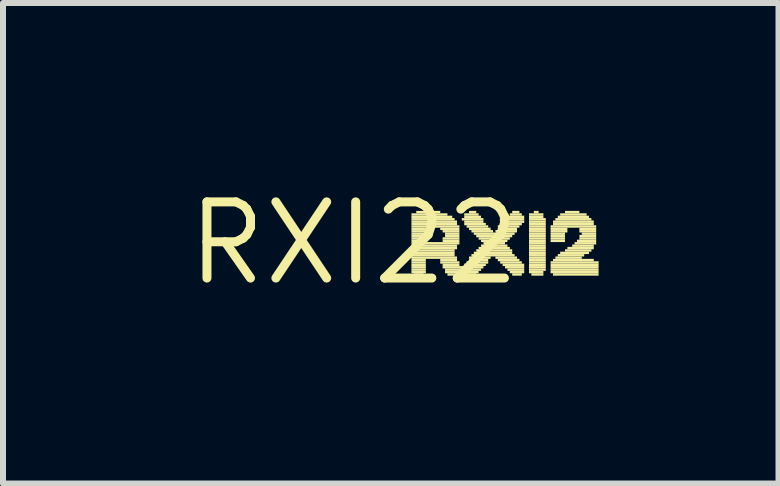
<source format=kicad_pcb>
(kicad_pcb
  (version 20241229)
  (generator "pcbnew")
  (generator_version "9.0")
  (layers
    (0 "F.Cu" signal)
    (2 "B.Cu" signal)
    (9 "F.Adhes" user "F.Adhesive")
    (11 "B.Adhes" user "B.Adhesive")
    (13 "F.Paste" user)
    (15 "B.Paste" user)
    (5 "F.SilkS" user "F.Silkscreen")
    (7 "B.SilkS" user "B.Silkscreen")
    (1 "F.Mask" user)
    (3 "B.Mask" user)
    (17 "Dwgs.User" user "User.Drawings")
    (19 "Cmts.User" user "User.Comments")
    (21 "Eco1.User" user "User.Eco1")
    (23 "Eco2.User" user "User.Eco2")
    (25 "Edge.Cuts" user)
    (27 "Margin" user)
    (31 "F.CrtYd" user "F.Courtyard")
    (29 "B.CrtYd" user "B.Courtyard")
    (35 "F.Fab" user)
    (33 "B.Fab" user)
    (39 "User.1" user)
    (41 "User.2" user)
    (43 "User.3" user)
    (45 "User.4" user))
  (footprint "RXI22"
    (layer "F.Cu")
    (at 2.85 1.006)
    (property "Reference" "RXI22" (at 0 0 0) (layer "F.SilkS") (effects (font (size 1.27 1.27) (thickness 0.15))))
    (fp_poly (pts (xy 0.96 -0.46) (xy 1.56 -0.46) (xy 1.56 -0.5) (xy 0.96 -0.5)) (stroke (width 0) (type default)) (fill yes) (layer "F.SilkS"))
    (fp_poly (pts (xy 0.96 -0.42) (xy 1.64 -0.42) (xy 1.64 -0.46) (xy 0.96 -0.46)) (stroke (width 0) (type default)) (fill yes) (layer "F.SilkS"))
    (fp_poly (pts (xy 0.96 -0.38) (xy 1.68 -0.38) (xy 1.68 -0.42) (xy 0.96 -0.42)) (stroke (width 0) (type default)) (fill yes) (layer "F.SilkS"))
    (fp_poly (pts (xy 0.96 -0.34) (xy 1.72 -0.34) (xy 1.72 -0.38) (xy 0.96 -0.38)) (stroke (width 0) (type default)) (fill yes) (layer "F.SilkS"))
    (fp_poly (pts (xy 0.96 -0.3) (xy 1.72 -0.3) (xy 1.72 -0.34) (xy 0.96 -0.34)) (stroke (width 0) (type default)) (fill yes) (layer "F.SilkS"))
    (fp_poly (pts (xy 0.96 -0.26) (xy 1.76 -0.26) (xy 1.76 -0.3) (xy 0.96 -0.3)) (stroke (width 0) (type default)) (fill yes) (layer "F.SilkS"))
    (fp_poly (pts (xy 0.96 -0.22) (xy 1.2 -0.22) (xy 1.2 -0.26) (xy 0.96 -0.26)) (stroke (width 0) (type default)) (fill yes) (layer "F.SilkS"))
    (fp_poly (pts (xy 0.96 -0.18) (xy 1.2 -0.18) (xy 1.2 -0.22) (xy 0.96 -0.22)) (stroke (width 0) (type default)) (fill yes) (layer "F.SilkS"))
    (fp_poly (pts (xy 0.96 -0.14) (xy 1.2 -0.14) (xy 1.2 -0.18) (xy 0.96 -0.18)) (stroke (width 0) (type default)) (fill yes) (layer "F.SilkS"))
    (fp_poly (pts (xy 0.96 -0.1) (xy 1.2 -0.1) (xy 1.2 -0.14) (xy 0.96 -0.14)) (stroke (width 0) (type default)) (fill yes) (layer "F.SilkS"))
    (fp_poly (pts (xy 0.96 -0.06) (xy 1.2 -0.06) (xy 1.2 -0.1) (xy 0.96 -0.1)) (stroke (width 0) (type default)) (fill yes) (layer "F.SilkS"))
    (fp_poly (pts (xy 0.96 -0.02) (xy 1.2 -0.02) (xy 1.2 -0.06) (xy 0.96 -0.06)) (stroke (width 0) (type default)) (fill yes) (layer "F.SilkS"))
    (fp_poly (pts (xy 0.96 0.02) (xy 1.76 0.02) (xy 1.76 -0.02) (xy 0.96 -0.02)) (stroke (width 0) (type default)) (fill yes) (layer "F.SilkS"))
    (fp_poly (pts (xy 0.96 0.06) (xy 1.72 0.06) (xy 1.72 0.02) (xy 0.96 0.02)) (stroke (width 0) (type default)) (fill yes) (layer "F.SilkS"))
    (fp_poly (pts (xy 0.96 0.1) (xy 1.72 0.1) (xy 1.72 0.06) (xy 0.96 0.06)) (stroke (width 0) (type default)) (fill yes) (layer "F.SilkS"))
    (fp_poly (pts (xy 0.96 0.14) (xy 1.68 0.14) (xy 1.68 0.1) (xy 0.96 0.1)) (stroke (width 0) (type default)) (fill yes) (layer "F.SilkS"))
    (fp_poly (pts (xy 0.96 0.18) (xy 1.68 0.18) (xy 1.68 0.14) (xy 0.96 0.14)) (stroke (width 0) (type default)) (fill yes) (layer "F.SilkS"))
    (fp_poly (pts (xy 0.96 0.22) (xy 1.68 0.22) (xy 1.68 0.18) (xy 0.96 0.18)) (stroke (width 0) (type default)) (fill yes) (layer "F.SilkS"))
    (fp_poly (pts (xy 0.96 0.26) (xy 1.72 0.26) (xy 1.72 0.22) (xy 0.96 0.22)) (stroke (width 0) (type default)) (fill yes) (layer "F.SilkS"))
    (fp_poly (pts (xy 0.96 0.3) (xy 1.2 0.3) (xy 1.2 0.26) (xy 0.96 0.26)) (stroke (width 0) (type default)) (fill yes) (layer "F.SilkS"))
    (fp_poly (pts (xy 0.96 0.34) (xy 1.2 0.34) (xy 1.2 0.3) (xy 0.96 0.3)) (stroke (width 0) (type default)) (fill yes) (layer "F.SilkS"))
    (fp_poly (pts (xy 0.96 0.38) (xy 1.2 0.38) (xy 1.2 0.34) (xy 0.96 0.34)) (stroke (width 0) (type default)) (fill yes) (layer "F.SilkS"))
    (fp_poly (pts (xy 0.96 0.42) (xy 1.2 0.42) (xy 1.2 0.38) (xy 0.96 0.38)) (stroke (width 0) (type default)) (fill yes) (layer "F.SilkS"))
    (fp_poly (pts (xy 0.96 0.46) (xy 1.2 0.46) (xy 1.2 0.42) (xy 0.96 0.42)) (stroke (width 0) (type default)) (fill yes) (layer "F.SilkS"))
    (fp_poly (pts (xy 0.96 0.5) (xy 1.2 0.5) (xy 1.2 0.46) (xy 0.96 0.46)) (stroke (width 0) (type default)) (fill yes) (layer "F.SilkS"))
    (fp_poly (pts (xy 1 0.54) (xy 1.16 0.54) (xy 1.16 0.5) (xy 1 0.5)) (stroke (width 0) (type default)) (fill yes) (layer "F.SilkS"))
    (fp_poly (pts (xy 1.04 -0.5) (xy 1.44 -0.5) (xy 1.44 -0.54) (xy 1.04 -0.54)) (stroke (width 0) (type default)) (fill yes) (layer "F.SilkS"))
    (fp_poly (pts (xy 1.44 -0.22) (xy 1.76 -0.22) (xy 1.76 -0.26) (xy 1.44 -0.26)) (stroke (width 0) (type default)) (fill yes) (layer "F.SilkS"))
    (fp_poly (pts (xy 1.44 0.3) (xy 1.72 0.3) (xy 1.72 0.26) (xy 1.44 0.26)) (stroke (width 0) (type default)) (fill yes) (layer "F.SilkS"))
    (fp_poly (pts (xy 1.44 0.34) (xy 1.76 0.34) (xy 1.76 0.3) (xy 1.44 0.3)) (stroke (width 0) (type default)) (fill yes) (layer "F.SilkS"))
    (fp_poly (pts (xy 1.48 -0.18) (xy 1.76 -0.18) (xy 1.76 -0.22) (xy 1.48 -0.22)) (stroke (width 0) (type default)) (fill yes) (layer "F.SilkS"))
    (fp_poly (pts (xy 1.48 -0.06) (xy 1.76 -0.06) (xy 1.76 -0.1) (xy 1.48 -0.1)) (stroke (width 0) (type default)) (fill yes) (layer "F.SilkS"))
    (fp_poly (pts (xy 1.48 -0.02) (xy 1.76 -0.02) (xy 1.76 -0.06) (xy 1.48 -0.06)) (stroke (width 0) (type default)) (fill yes) (layer "F.SilkS"))
    (fp_poly (pts (xy 1.48 0.38) (xy 1.76 0.38) (xy 1.76 0.34) (xy 1.48 0.34)) (stroke (width 0) (type default)) (fill yes) (layer "F.SilkS"))
    (fp_poly (pts (xy 1.48 0.42) (xy 2.16 0.42) (xy 2.16 0.38) (xy 1.48 0.38)) (stroke (width 0) (type default)) (fill yes) (layer "F.SilkS"))
    (fp_poly (pts (xy 1.52 -0.14) (xy 1.76 -0.14) (xy 1.76 -0.18) (xy 1.52 -0.18)) (stroke (width 0) (type default)) (fill yes) (layer "F.SilkS"))
    (fp_poly (pts (xy 1.52 -0.1) (xy 1.76 -0.1) (xy 1.76 -0.14) (xy 1.52 -0.14)) (stroke (width 0) (type default)) (fill yes) (layer "F.SilkS"))
    (fp_poly (pts (xy 1.52 0.46) (xy 1.8 0.46) (xy 1.8 0.42) (xy 1.52 0.42)) (stroke (width 0) (type default)) (fill yes) (layer "F.SilkS"))
    (fp_poly (pts (xy 1.52 0.5) (xy 1.76 0.5) (xy 1.76 0.46) (xy 1.52 0.46)) (stroke (width 0) (type default)) (fill yes) (layer "F.SilkS"))
    (fp_poly (pts (xy 1.56 0.54) (xy 1.72 0.54) (xy 1.72 0.5) (xy 1.56 0.5)) (stroke (width 0) (type default)) (fill yes) (layer "F.SilkS"))
    (fp_poly (pts (xy 1.8 -0.38) (xy 2.16 -0.38) (xy 2.16 -0.42) (xy 1.8 -0.42)) (stroke (width 0) (type default)) (fill yes) (layer "F.SilkS"))
    (fp_poly (pts (xy 1.84 -0.46) (xy 2.08 -0.46) (xy 2.08 -0.5) (xy 1.84 -0.5)) (stroke (width 0) (type default)) (fill yes) (layer "F.SilkS"))
    (fp_poly (pts (xy 1.84 -0.42) (xy 2.12 -0.42) (xy 2.12 -0.46) (xy 1.84 -0.46)) (stroke (width 0) (type default)) (fill yes) (layer "F.SilkS"))
    (fp_poly (pts (xy 1.84 -0.34) (xy 2.16 -0.34) (xy 2.16 -0.38) (xy 1.84 -0.38)) (stroke (width 0) (type default)) (fill yes) (layer "F.SilkS"))
    (fp_poly (pts (xy 1.84 -0.3) (xy 2.2 -0.3) (xy 2.2 -0.34) (xy 1.84 -0.34)) (stroke (width 0) (type default)) (fill yes) (layer "F.SilkS"))
    (fp_poly (pts (xy 1.84 0.38) (xy 2.2 0.38) (xy 2.2 0.34) (xy 1.84 0.34)) (stroke (width 0) (type default)) (fill yes) (layer "F.SilkS"))
    (fp_poly (pts (xy 1.84 0.46) (xy 2.12 0.46) (xy 2.12 0.42) (xy 1.84 0.42)) (stroke (width 0) (type default)) (fill yes) (layer "F.SilkS"))
    (fp_poly (pts (xy 1.84 0.5) (xy 2.08 0.5) (xy 2.08 0.46) (xy 1.84 0.46)) (stroke (width 0) (type default)) (fill yes) (layer "F.SilkS"))
    (fp_poly (pts (xy 1.88 -0.26) (xy 2.24 -0.26) (xy 2.24 -0.3) (xy 1.88 -0.3)) (stroke (width 0) (type default)) (fill yes) (layer "F.SilkS"))
    (fp_poly (pts (xy 1.88 0.34) (xy 2.24 0.34) (xy 2.24 0.3) (xy 1.88 0.3)) (stroke (width 0) (type default)) (fill yes) (layer "F.SilkS"))
    (fp_poly (pts (xy 1.88 0.54) (xy 2.04 0.54) (xy 2.04 0.5) (xy 1.88 0.5)) (stroke (width 0) (type default)) (fill yes) (layer "F.SilkS"))
    (fp_poly (pts (xy 1.92 -0.5) (xy 2.04 -0.5) (xy 2.04 -0.54) (xy 1.92 -0.54)) (stroke (width 0) (type default)) (fill yes) (layer "F.SilkS"))
    (fp_poly (pts (xy 1.92 -0.22) (xy 2.28 -0.22) (xy 2.28 -0.26) (xy 1.92 -0.26)) (stroke (width 0) (type default)) (fill yes) (layer "F.SilkS"))
    (fp_poly (pts (xy 1.92 0.26) (xy 2.28 0.26) (xy 2.28 0.22) (xy 1.92 0.22)) (stroke (width 0) (type default)) (fill yes) (layer "F.SilkS"))
    (fp_poly (pts (xy 1.92 0.3) (xy 2.24 0.3) (xy 2.24 0.26) (xy 1.92 0.26)) (stroke (width 0) (type default)) (fill yes) (layer "F.SilkS"))
    (fp_poly (pts (xy 1.96 -0.18) (xy 2.32 -0.18) (xy 2.32 -0.22) (xy 1.96 -0.22)) (stroke (width 0) (type default)) (fill yes) (layer "F.SilkS"))
    (fp_poly (pts (xy 1.96 0.22) (xy 2.68 0.22) (xy 2.68 0.18) (xy 1.96 0.18)) (stroke (width 0) (type default)) (fill yes) (layer "F.SilkS"))
    (fp_poly (pts (xy 2 -0.14) (xy 2.68 -0.14) (xy 2.68 -0.18) (xy 2 -0.18)) (stroke (width 0) (type default)) (fill yes) (layer "F.SilkS"))
    (fp_poly (pts (xy 2 0.18) (xy 2.64 0.18) (xy 2.64 0.14) (xy 2 0.14)) (stroke (width 0) (type default)) (fill yes) (layer "F.SilkS"))
    (fp_poly (pts (xy 2.04 -0.1) (xy 2.64 -0.1) (xy 2.64 -0.14) (xy 2.04 -0.14)) (stroke (width 0) (type default)) (fill yes) (layer "F.SilkS"))
    (fp_poly (pts (xy 2.04 0.14) (xy 2.64 0.14) (xy 2.64 0.1) (xy 2.04 0.1)) (stroke (width 0) (type default)) (fill yes) (layer "F.SilkS"))
    (fp_poly (pts (xy 2.08 -0.06) (xy 2.6 -0.06) (xy 2.6 -0.1) (xy 2.08 -0.1)) (stroke (width 0) (type default)) (fill yes) (layer "F.SilkS"))
    (fp_poly (pts (xy 2.08 0.1) (xy 2.6 0.1) (xy 2.6 0.06) (xy 2.08 0.06)) (stroke (width 0) (type default)) (fill yes) (layer "F.SilkS"))
    (fp_poly (pts (xy 2.12 -0.02) (xy 2.56 -0.02) (xy 2.56 -0.06) (xy 2.12 -0.06)) (stroke (width 0) (type default)) (fill yes) (layer "F.SilkS"))
    (fp_poly (pts (xy 2.12 0.06) (xy 2.56 0.06) (xy 2.56 0.02) (xy 2.12 0.02)) (stroke (width 0) (type default)) (fill yes) (layer "F.SilkS"))
    (fp_poly (pts (xy 2.16 0.02) (xy 2.52 0.02) (xy 2.52 -0.02) (xy 2.16 -0.02)) (stroke (width 0) (type default)) (fill yes) (layer "F.SilkS"))
    (fp_poly (pts (xy 2.36 -0.18) (xy 2.72 -0.18) (xy 2.72 -0.22) (xy 2.36 -0.22)) (stroke (width 0) (type default)) (fill yes) (layer "F.SilkS"))
    (fp_poly (pts (xy 2.36 0.26) (xy 2.72 0.26) (xy 2.72 0.22) (xy 2.36 0.22)) (stroke (width 0) (type default)) (fill yes) (layer "F.SilkS"))
    (fp_poly (pts (xy 2.4 -0.26) (xy 2.76 -0.26) (xy 2.76 -0.3) (xy 2.4 -0.3)) (stroke (width 0) (type default)) (fill yes) (layer "F.SilkS"))
    (fp_poly (pts (xy 2.4 -0.22) (xy 2.72 -0.22) (xy 2.72 -0.26) (xy 2.4 -0.26)) (stroke (width 0) (type default)) (fill yes) (layer "F.SilkS"))
    (fp_poly (pts (xy 2.4 0.3) (xy 2.76 0.3) (xy 2.76 0.26) (xy 2.4 0.26)) (stroke (width 0) (type default)) (fill yes) (layer "F.SilkS"))
    (fp_poly (pts (xy 2.44 -0.3) (xy 2.8 -0.3) (xy 2.8 -0.34) (xy 2.44 -0.34)) (stroke (width 0) (type default)) (fill yes) (layer "F.SilkS"))
    (fp_poly (pts (xy 2.44 0.34) (xy 2.8 0.34) (xy 2.8 0.3) (xy 2.44 0.3)) (stroke (width 0) (type default)) (fill yes) (layer "F.SilkS"))
    (fp_poly (pts (xy 2.48 -0.34) (xy 2.84 -0.34) (xy 2.84 -0.38) (xy 2.48 -0.38)) (stroke (width 0) (type default)) (fill yes) (layer "F.SilkS"))
    (fp_poly (pts (xy 2.48 0.38) (xy 2.84 0.38) (xy 2.84 0.34) (xy 2.48 0.34)) (stroke (width 0) (type default)) (fill yes) (layer "F.SilkS"))
    (fp_poly (pts (xy 2.52 -0.38) (xy 2.84 -0.38) (xy 2.84 -0.42) (xy 2.52 -0.42)) (stroke (width 0) (type default)) (fill yes) (layer "F.SilkS"))
    (fp_poly (pts (xy 2.52 0.42) (xy 2.84 0.42) (xy 2.84 0.38) (xy 2.52 0.38)) (stroke (width 0) (type default)) (fill yes) (layer "F.SilkS"))
    (fp_poly (pts (xy 2.56 -0.42) (xy 2.84 -0.42) (xy 2.84 -0.46) (xy 2.56 -0.46)) (stroke (width 0) (type default)) (fill yes) (layer "F.SilkS"))
    (fp_poly (pts (xy 2.56 0.46) (xy 2.84 0.46) (xy 2.84 0.42) (xy 2.56 0.42)) (stroke (width 0) (type default)) (fill yes) (layer "F.SilkS"))
    (fp_poly (pts (xy 2.6 -0.46) (xy 2.8 -0.46) (xy 2.8 -0.5) (xy 2.6 -0.5)) (stroke (width 0) (type default)) (fill yes) (layer "F.SilkS"))
    (fp_poly (pts (xy 2.6 0.5) (xy 2.84 0.5) (xy 2.84 0.46) (xy 2.6 0.46)) (stroke (width 0) (type default)) (fill yes) (layer "F.SilkS"))
    (fp_poly (pts (xy 2.64 -0.5) (xy 2.76 -0.5) (xy 2.76 -0.54) (xy 2.64 -0.54)) (stroke (width 0) (type default)) (fill yes) (layer "F.SilkS"))
    (fp_poly (pts (xy 2.64 0.54) (xy 2.8 0.54) (xy 2.8 0.5) (xy 2.64 0.5)) (stroke (width 0) (type default)) (fill yes) (layer "F.SilkS"))
    (fp_poly (pts (xy 2.92 -0.46) (xy 3.16 -0.46) (xy 3.16 -0.5) (xy 2.92 -0.5)) (stroke (width 0) (type default)) (fill yes) (layer "F.SilkS"))
    (fp_poly (pts (xy 2.92 -0.42) (xy 3.16 -0.42) (xy 3.16 -0.46) (xy 2.92 -0.46)) (stroke (width 0) (type default)) (fill yes) (layer "F.SilkS"))
    (fp_poly (pts (xy 2.92 -0.38) (xy 3.2 -0.38) (xy 3.2 -0.42) (xy 2.92 -0.42)) (stroke (width 0) (type default)) (fill yes) (layer "F.SilkS"))
    (fp_poly (pts (xy 2.92 -0.34) (xy 3.2 -0.34) (xy 3.2 -0.38) (xy 2.92 -0.38)) (stroke (width 0) (type default)) (fill yes) (layer "F.SilkS"))
    (fp_poly (pts (xy 2.92 -0.3) (xy 3.2 -0.3) (xy 3.2 -0.34) (xy 2.92 -0.34)) (stroke (width 0) (type default)) (fill yes) (layer "F.SilkS"))
    (fp_poly (pts (xy 2.92 -0.26) (xy 3.2 -0.26) (xy 3.2 -0.3) (xy 2.92 -0.3)) (stroke (width 0) (type default)) (fill yes) (layer "F.SilkS"))
    (fp_poly (pts (xy 2.92 -0.22) (xy 3.2 -0.22) (xy 3.2 -0.26) (xy 2.92 -0.26)) (stroke (width 0) (type default)) (fill yes) (layer "F.SilkS"))
    (fp_poly (pts (xy 2.92 -0.18) (xy 3.2 -0.18) (xy 3.2 -0.22) (xy 2.92 -0.22)) (stroke (width 0) (type default)) (fill yes) (layer "F.SilkS"))
    (fp_poly (pts (xy 2.92 -0.14) (xy 3.2 -0.14) (xy 3.2 -0.18) (xy 2.92 -0.18)) (stroke (width 0) (type default)) (fill yes) (layer "F.SilkS"))
    (fp_poly (pts (xy 2.92 -0.1) (xy 3.2 -0.1) (xy 3.2 -0.14) (xy 2.92 -0.14)) (stroke (width 0) (type default)) (fill yes) (layer "F.SilkS"))
    (fp_poly (pts (xy 2.92 -0.06) (xy 3.2 -0.06) (xy 3.2 -0.1) (xy 2.92 -0.1)) (stroke (width 0) (type default)) (fill yes) (layer "F.SilkS"))
    (fp_poly (pts (xy 2.92 -0.02) (xy 3.2 -0.02) (xy 3.2 -0.06) (xy 2.92 -0.06)) (stroke (width 0) (type default)) (fill yes) (layer "F.SilkS"))
    (fp_poly (pts (xy 2.92 0.02) (xy 3.2 0.02) (xy 3.2 -0.02) (xy 2.92 -0.02)) (stroke (width 0) (type default)) (fill yes) (layer "F.SilkS"))
    (fp_poly (pts (xy 2.92 0.06) (xy 3.2 0.06) (xy 3.2 0.02) (xy 2.92 0.02)) (stroke (width 0) (type default)) (fill yes) (layer "F.SilkS"))
    (fp_poly (pts (xy 2.92 0.1) (xy 3.2 0.1) (xy 3.2 0.06) (xy 2.92 0.06)) (stroke (width 0) (type default)) (fill yes) (layer "F.SilkS"))
    (fp_poly (pts (xy 2.92 0.14) (xy 3.2 0.14) (xy 3.2 0.1) (xy 2.92 0.1)) (stroke (width 0) (type default)) (fill yes) (layer "F.SilkS"))
    (fp_poly (pts (xy 2.92 0.18) (xy 3.2 0.18) (xy 3.2 0.14) (xy 2.92 0.14)) (stroke (width 0) (type default)) (fill yes) (layer "F.SilkS"))
    (fp_poly (pts (xy 2.92 0.22) (xy 3.2 0.22) (xy 3.2 0.18) (xy 2.92 0.18)) (stroke (width 0) (type default)) (fill yes) (layer "F.SilkS"))
    (fp_poly (pts (xy 2.92 0.26) (xy 3.2 0.26) (xy 3.2 0.22) (xy 2.92 0.22)) (stroke (width 0) (type default)) (fill yes) (layer "F.SilkS"))
    (fp_poly (pts (xy 2.92 0.3) (xy 3.2 0.3) (xy 3.2 0.26) (xy 2.92 0.26)) (stroke (width 0) (type default)) (fill yes) (layer "F.SilkS"))
    (fp_poly (pts (xy 2.92 0.34) (xy 3.2 0.34) (xy 3.2 0.3) (xy 2.92 0.3)) (stroke (width 0) (type default)) (fill yes) (layer "F.SilkS"))
    (fp_poly (pts (xy 2.92 0.38) (xy 3.2 0.38) (xy 3.2 0.34) (xy 2.92 0.34)) (stroke (width 0) (type default)) (fill yes) (layer "F.SilkS"))
    (fp_poly (pts (xy 2.92 0.42) (xy 3.2 0.42) (xy 3.2 0.38) (xy 2.92 0.38)) (stroke (width 0) (type default)) (fill yes) (layer "F.SilkS"))
    (fp_poly (pts (xy 2.92 0.46) (xy 3.2 0.46) (xy 3.2 0.42) (xy 2.92 0.42)) (stroke (width 0) (type default)) (fill yes) (layer "F.SilkS"))
    (fp_poly (pts (xy 2.92 0.5) (xy 3.16 0.5) (xy 3.16 0.46) (xy 2.92 0.46)) (stroke (width 0) (type default)) (fill yes) (layer "F.SilkS"))
    (fp_poly (pts (xy 2.96 0.54) (xy 3.16 0.54) (xy 3.16 0.5) (xy 2.96 0.5)) (stroke (width 0) (type default)) (fill yes) (layer "F.SilkS"))
    (fp_poly (pts (xy 3 -0.5) (xy 3.08 -0.5) (xy 3.08 -0.54) (xy 3 -0.54)) (stroke (width 0) (type default)) (fill yes) (layer "F.SilkS"))
    (fp_poly (pts (xy 3.28 -0.26) (xy 4.04 -0.26) (xy 4.04 -0.3) (xy 3.28 -0.3)) (stroke (width 0) (type default)) (fill yes) (layer "F.SilkS"))
    (fp_poly (pts (xy 3.28 -0.22) (xy 3.56 -0.22) (xy 3.56 -0.26) (xy 3.28 -0.26)) (stroke (width 0) (type default)) (fill yes) (layer "F.SilkS"))
    (fp_poly (pts (xy 3.28 -0.18) (xy 3.56 -0.18) (xy 3.56 -0.22) (xy 3.28 -0.22)) (stroke (width 0) (type default)) (fill yes) (layer "F.SilkS"))
    (fp_poly (pts (xy 3.28 -0.14) (xy 3.52 -0.14) (xy 3.52 -0.18) (xy 3.28 -0.18)) (stroke (width 0) (type default)) (fill yes) (layer "F.SilkS"))
    (fp_poly (pts (xy 3.28 -0.1) (xy 3.52 -0.1) (xy 3.52 -0.14) (xy 3.28 -0.14)) (stroke (width 0) (type default)) (fill yes) (layer "F.SilkS"))
    (fp_poly (pts (xy 3.28 -0.06) (xy 3.52 -0.06) (xy 3.52 -0.1) (xy 3.28 -0.1)) (stroke (width 0) (type default)) (fill yes) (layer "F.SilkS"))
    (fp_poly (pts (xy 3.28 -0.02) (xy 3.52 -0.02) (xy 3.52 -0.06) (xy 3.28 -0.06)) (stroke (width 0) (type default)) (fill yes) (layer "F.SilkS"))
    (fp_poly (pts (xy 3.28 0.34) (xy 4.08 0.34) (xy 4.08 0.3) (xy 3.28 0.3)) (stroke (width 0) (type default)) (fill yes) (layer "F.SilkS"))
    (fp_poly (pts (xy 3.28 0.38) (xy 4.08 0.38) (xy 4.08 0.34) (xy 3.28 0.34)) (stroke (width 0) (type default)) (fill yes) (layer "F.SilkS"))
    (fp_poly (pts (xy 3.28 0.42) (xy 4.08 0.42) (xy 4.08 0.38) (xy 3.28 0.38)) (stroke (width 0) (type default)) (fill yes) (layer "F.SilkS"))
    (fp_poly (pts (xy 3.28 0.46) (xy 4.08 0.46) (xy 4.08 0.42) (xy 3.28 0.42)) (stroke (width 0) (type default)) (fill yes) (layer "F.SilkS"))
    (fp_poly (pts (xy 3.28 0.5) (xy 4.08 0.5) (xy 4.08 0.46) (xy 3.28 0.46)) (stroke (width 0) (type default)) (fill yes) (layer "F.SilkS"))
    (fp_poly (pts (xy 3.32 -0.34) (xy 4 -0.34) (xy 4 -0.38) (xy 3.32 -0.38)) (stroke (width 0) (type default)) (fill yes) (layer "F.SilkS"))
    (fp_poly (pts (xy 3.32 -0.3) (xy 4 -0.3) (xy 4 -0.34) (xy 3.32 -0.34)) (stroke (width 0) (type default)) (fill yes) (layer "F.SilkS"))
    (fp_poly (pts (xy 3.32 0.3) (xy 4 0.3) (xy 4 0.26) (xy 3.32 0.26)) (stroke (width 0) (type default)) (fill yes) (layer "F.SilkS"))
    (fp_poly (pts (xy 3.32 0.54) (xy 4.08 0.54) (xy 4.08 0.5) (xy 3.32 0.5)) (stroke (width 0) (type default)) (fill yes) (layer "F.SilkS"))
    (fp_poly (pts (xy 3.36 -0.38) (xy 3.96 -0.38) (xy 3.96 -0.42) (xy 3.36 -0.42)) (stroke (width 0) (type default)) (fill yes) (layer "F.SilkS"))
    (fp_poly (pts (xy 3.36 0.26) (xy 3.8 0.26) (xy 3.8 0.22) (xy 3.36 0.22)) (stroke (width 0) (type default)) (fill yes) (layer "F.SilkS"))
    (fp_poly (pts (xy 3.4 -0.42) (xy 3.92 -0.42) (xy 3.92 -0.46) (xy 3.4 -0.46)) (stroke (width 0) (type default)) (fill yes) (layer "F.SilkS"))
    (fp_poly (pts (xy 3.4 0.22) (xy 3.84 0.22) (xy 3.84 0.18) (xy 3.4 0.18)) (stroke (width 0) (type default)) (fill yes) (layer "F.SilkS"))
    (fp_poly (pts (xy 3.44 -0.46) (xy 3.88 -0.46) (xy 3.88 -0.5) (xy 3.44 -0.5)) (stroke (width 0) (type default)) (fill yes) (layer "F.SilkS"))
    (fp_poly (pts (xy 3.44 0.18) (xy 3.92 0.18) (xy 3.92 0.14) (xy 3.44 0.14)) (stroke (width 0) (type default)) (fill yes) (layer "F.SilkS"))
    (fp_poly (pts (xy 3.52 -0.5) (xy 3.76 -0.5) (xy 3.76 -0.54) (xy 3.52 -0.54)) (stroke (width 0) (type default)) (fill yes) (layer "F.SilkS"))
    (fp_poly (pts (xy 3.52 0.14) (xy 3.96 0.14) (xy 3.96 0.1) (xy 3.52 0.1)) (stroke (width 0) (type default)) (fill yes) (layer "F.SilkS"))
    (fp_poly (pts (xy 3.56 0.1) (xy 4 0.1) (xy 4 0.06) (xy 3.56 0.06)) (stroke (width 0) (type default)) (fill yes) (layer "F.SilkS"))
    (fp_poly (pts (xy 3.64 0.06) (xy 4 0.06) (xy 4 0.02) (xy 3.64 0.02)) (stroke (width 0) (type default)) (fill yes) (layer "F.SilkS"))
    (fp_poly (pts (xy 3.68 0.02) (xy 4.04 0.02) (xy 4.04 -0.02) (xy 3.68 -0.02)) (stroke (width 0) (type default)) (fill yes) (layer "F.SilkS"))
    (fp_poly (pts (xy 3.72 -0.02) (xy 4.04 -0.02) (xy 4.04 -0.06) (xy 3.72 -0.06)) (stroke (width 0) (type default)) (fill yes) (layer "F.SilkS"))
    (fp_poly (pts (xy 3.76 -0.22) (xy 4.04 -0.22) (xy 4.04 -0.26) (xy 3.76 -0.26)) (stroke (width 0) (type default)) (fill yes) (layer "F.SilkS"))
    (fp_poly (pts (xy 3.76 -0.18) (xy 4.04 -0.18) (xy 4.04 -0.22) (xy 3.76 -0.22)) (stroke (width 0) (type default)) (fill yes) (layer "F.SilkS"))
    (fp_poly (pts (xy 3.76 -0.1) (xy 4.04 -0.1) (xy 4.04 -0.14) (xy 3.76 -0.14)) (stroke (width 0) (type default)) (fill yes) (layer "F.SilkS"))
    (fp_poly (pts (xy 3.76 -0.06) (xy 4.04 -0.06) (xy 4.04 -0.1) (xy 3.76 -0.1)) (stroke (width 0) (type default)) (fill yes) (layer "F.SilkS"))
    (fp_poly (pts (xy 3.8 -0.14) (xy 4.04 -0.14) (xy 4.04 -0.18) (xy 3.8 -0.18)) (stroke (width 0) (type default)) (fill yes) (layer "F.SilkS")))
  (gr_rect
    (start -3 -3)
    (end 9.93 5.012)
    (stroke (width 0.1) (type default))
    (fill no)
    (layer "Edge.Cuts")))
</source>
